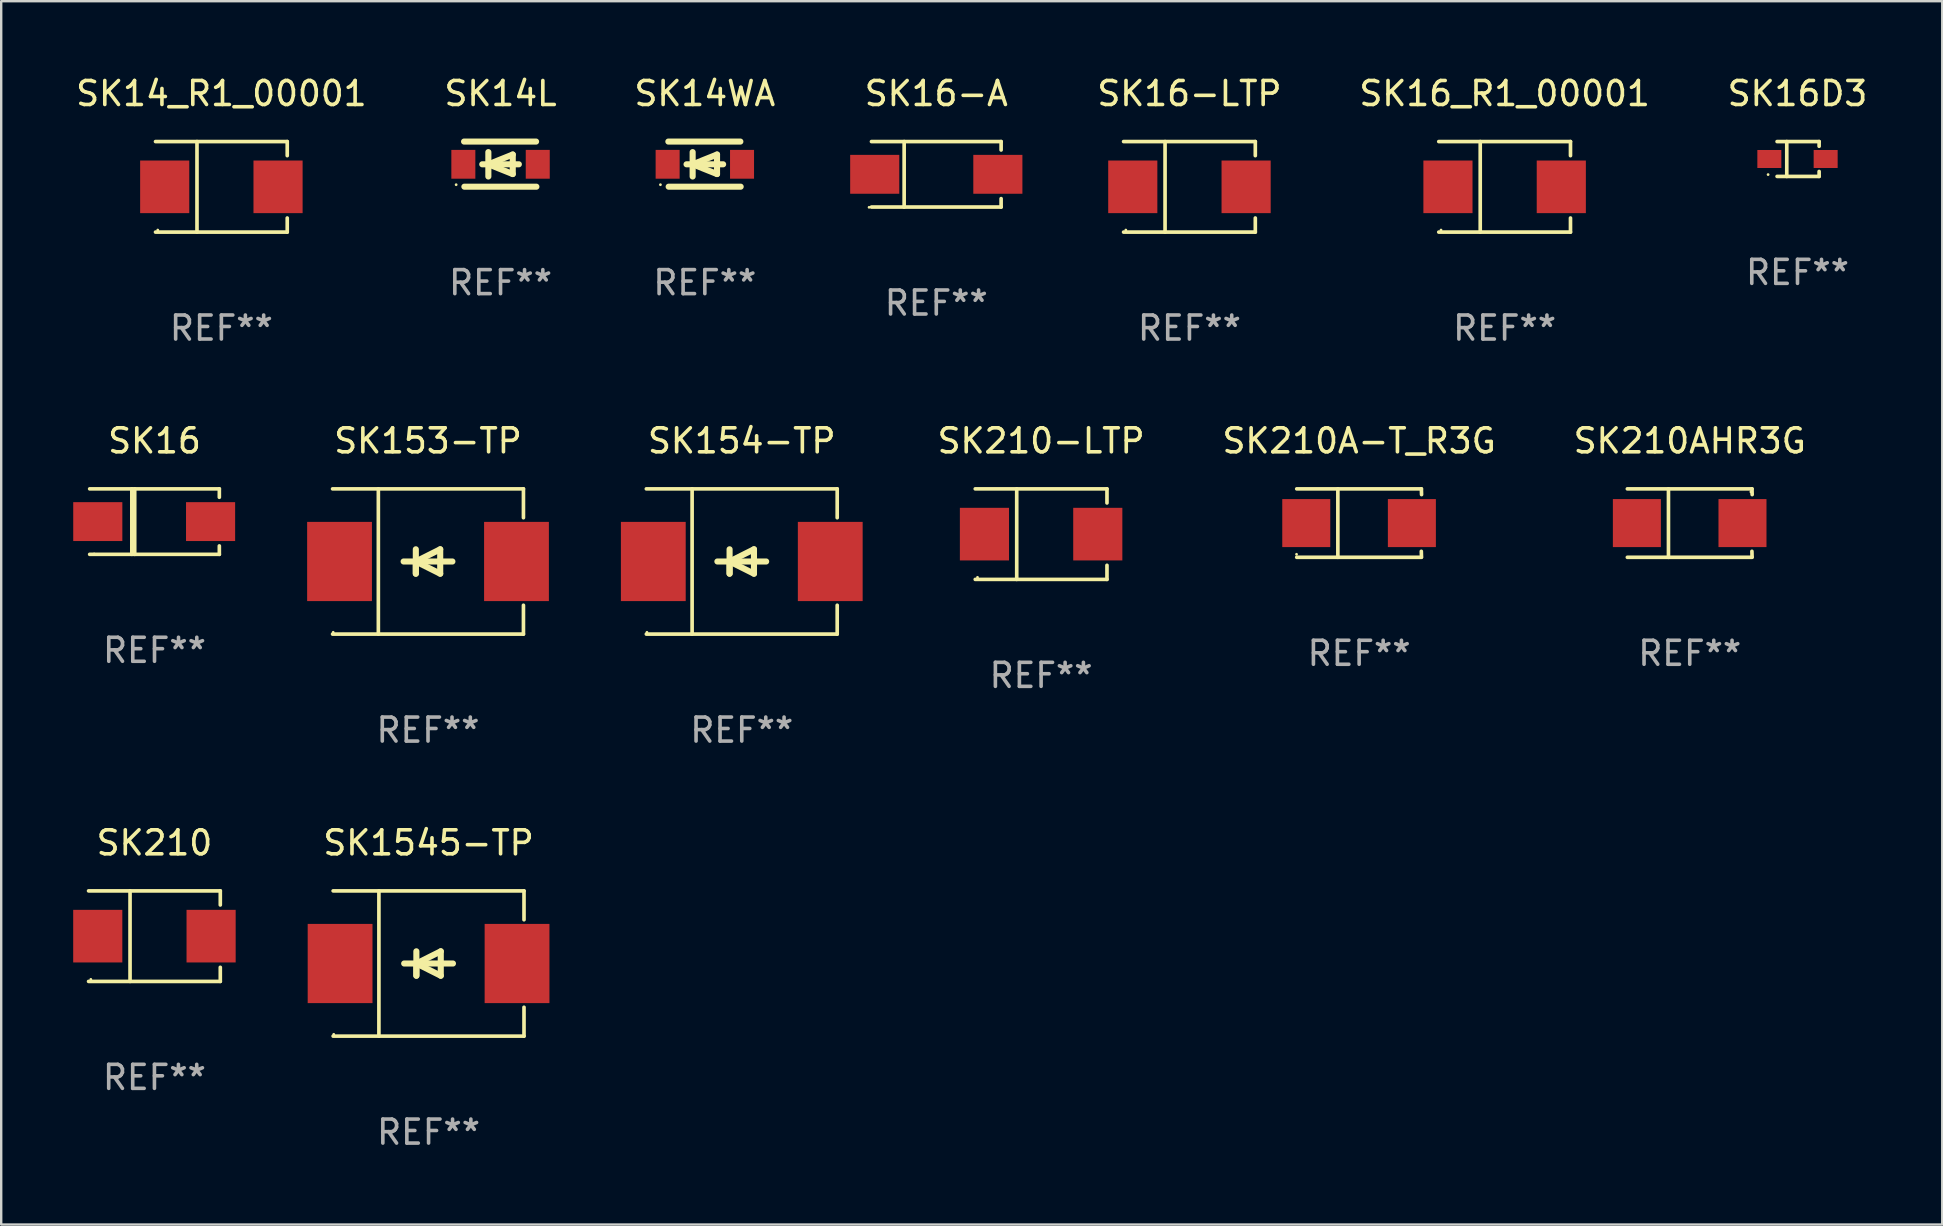
<source format=kicad_pcb>
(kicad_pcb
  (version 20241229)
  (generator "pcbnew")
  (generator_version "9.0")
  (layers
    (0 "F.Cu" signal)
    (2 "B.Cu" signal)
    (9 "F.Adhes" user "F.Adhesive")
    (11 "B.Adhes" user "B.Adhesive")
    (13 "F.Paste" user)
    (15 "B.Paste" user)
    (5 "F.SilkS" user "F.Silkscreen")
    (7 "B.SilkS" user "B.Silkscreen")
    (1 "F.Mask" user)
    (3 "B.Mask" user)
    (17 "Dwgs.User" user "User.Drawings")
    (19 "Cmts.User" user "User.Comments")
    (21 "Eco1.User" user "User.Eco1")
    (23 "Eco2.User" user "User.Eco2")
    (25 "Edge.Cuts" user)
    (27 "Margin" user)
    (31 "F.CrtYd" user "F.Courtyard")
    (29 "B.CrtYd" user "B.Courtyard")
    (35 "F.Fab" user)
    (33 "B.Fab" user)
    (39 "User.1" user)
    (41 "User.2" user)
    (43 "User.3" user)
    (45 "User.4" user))
  (footprint "SK210"
    (layer "F.Cu")
    (at 3.384 35.952)
    (property "Reference" "SK210" (at 0 -3.886 0) (layer "F.SilkS") (effects (font (size 1 1) (thickness 0.15))))
    (attr through_hole)
    (fp_line (start -2.744 -1.886) (end 2.744 -1.886) (stroke (width 0.152) (type solid)) (layer "F.SilkS"))
    (fp_line (start -2.744 1.886) (end 2.744 1.886) (stroke (width 0.152) (type solid)) (layer "F.SilkS"))
    (fp_line (start -1.016 -1.886) (end -1.016 1.886) (stroke (width 0.152) (type solid)) (layer "F.SilkS"))
    (fp_line (start 2.744 -1.886) (end 2.744 -1.299) (stroke (width 0.152) (type solid)) (layer "F.SilkS"))
    (fp_line (start 2.744 1.886) (end 2.744 1.299) (stroke (width 0.152) (type solid)) (layer "F.SilkS"))
    (fp_circle (center -2.65 1.8) (end -2.62 1.8) (stroke (width 0.06) (type solid)) (fill no) (layer "F.SilkS"))
    (fp_text user "REF**" (at 0 5.886 0) (layer "F.Fab") (effects (font (size 1 1) (thickness 0.15))))
    (pad "1" smd rect (at -2.361 0) (size 2.047 2.192) (layers "F.Cu" "F.Mask" "F.Paste"))
    (pad "2" smd rect (at 2.361 0) (size 2.047 2.192) (layers "F.Cu" "F.Mask" "F.Paste")))
  (footprint "SK210AHR3G"
    (layer "F.Cu")
    (at 67.349 18.743)
    (property "Reference" "SK210AHR3G" (at 0 -3.426 0) (layer "F.SilkS") (effects (font (size 1 1) (thickness 0.15))))
    (attr through_hole)
    (fp_line (start -2.6 -1.426) (end 2.593 -1.426) (stroke (width 0.152) (type solid)) (layer "F.SilkS"))
    (fp_line (start -2.6 1.426) (end 2.593 1.426) (stroke (width 0.152) (type solid)) (layer "F.SilkS"))
    (fp_line (start -0.887 -1.426) (end -0.887 1.426) (stroke (width 0.152) (type solid)) (layer "F.SilkS"))
    (fp_line (start 2.59 1.176) (end 2.597 1.415) (stroke (width 0.152) (type solid)) (layer "F.SilkS"))
    (fp_line (start 2.593 -1.426) (end 2.6 -1.187) (stroke (width 0.152) (type solid)) (layer "F.SilkS"))
    (fp_circle (center 2.547 -1.3) (end 2.577 -1.3) (stroke (width 0.06) (type solid)) (fill no) (layer "F.SilkS"))
    (fp_text user "REF**" (at 0 5.426 0) (layer "F.Fab") (effects (font (size 1 1) (thickness 0.15))))
    (pad "1" smd rect (at 2.197 -0.000025 180) (size 2 2) (layers "F.Cu" "F.Mask" "F.Paste"))
    (pad "2" smd rect (at -2.203 -0.000025 180) (size 2 2) (layers "F.Cu" "F.Mask" "F.Paste")))
  (footprint "SK16"
    (layer "F.Cu")
    (at 3.387 18.681)
    (property "Reference" "SK16" (at 0 -3.364 0) (layer "F.SilkS") (effects (font (size 1 1) (thickness 0.15))))
    (attr through_hole)
    (fp_line (start -2.701 -1.364) (end 2.701 -1.364) (stroke (width 0.152) (type solid)) (layer "F.SilkS"))
    (fp_line (start -2.701 1.364) (end 2.701 1.364) (stroke (width 0.152) (type solid)) (layer "F.SilkS"))
    (fp_line (start -0.945 1.364) (end -0.945 -1.364) (stroke (width 0.152) (type solid)) (layer "F.SilkS"))
    (fp_line (start -0.825 -1.364) (end -0.825 1.364) (stroke (width 0.152) (type solid)) (layer "F.SilkS"))
    (fp_line (start 2.701 -1.364) (end 2.701 -1.013) (stroke (width 0.152) (type solid)) (layer "F.SilkS"))
    (fp_line (start 2.701 1.364) (end 2.701 1.013) (stroke (width 0.152) (type solid)) (layer "F.SilkS"))
    (fp_circle (center -2.515 1.35) (end -2.485 1.35) (stroke (width 0.06) (type solid)) (fill no) (layer "F.SilkS"))
    (fp_text user "REF**" (at 0 5.364 0) (layer "F.Fab") (effects (font (size 1 1) (thickness 0.15))))
    (pad "1" smd rect (at -2.363 0.000025) (size 2.046 1.62) (layers "F.Cu" "F.Mask" "F.Paste"))
    (pad "2" smd rect (at 2.336 0.000025) (size 2.046 1.62) (layers "F.Cu" "F.Mask" "F.Paste")))
  (footprint "SK154-TP"
    (layer "F.Cu")
    (at 27.854 20.343)
    (property "Reference" "SK154-TP" (at 0 -5.026 0) (layer "F.SilkS") (effects (font (size 1 1) (thickness 0.15))))
    (attr through_hole)
    (fp_line (start -3.976 -3.026) (end 3.976 -3.026) (stroke (width 0.152) (type solid)) (layer "F.SilkS"))
    (fp_line (start -3.976 3.026) (end 3.976 3.026) (stroke (width 0.152) (type solid)) (layer "F.SilkS"))
    (fp_line (start -2.069 -3.026) (end -2.069 3.026) (stroke (width 0.152) (type solid)) (layer "F.SilkS"))
    (fp_line (start -0.508 0) (end -0.508 0.508) (stroke (width 0.254) (type solid)) (layer "F.SilkS"))
    (fp_line (start -0.508 0) (end 0.508 0.508) (stroke (width 0.254) (type solid)) (layer "F.SilkS"))
    (fp_line (start -0.508 0.508) (end -0.508 -0.508) (stroke (width 0.254) (type solid)) (layer "F.SilkS"))
    (fp_line (start 0.508 -0.508) (end -0.508 0) (stroke (width 0.254) (type solid)) (layer "F.SilkS"))
    (fp_line (start 0.508 0.508) (end 0.508 -0.508) (stroke (width 0.254) (type solid)) (layer "F.SilkS"))
    (fp_line (start 1.016 0) (end -1.016 0) (stroke (width 0.254) (type solid)) (layer "F.SilkS"))
    (fp_line (start 3.976 -3.026) (end 3.976 -1.823) (stroke (width 0.152) (type solid)) (layer "F.SilkS"))
    (fp_line (start 3.976 3.026) (end 3.976 1.823) (stroke (width 0.152) (type solid)) (layer "F.SilkS"))
    (fp_circle (center -3.95 2.95) (end -3.92 2.95) (stroke (width 0.06) (type solid)) (fill no) (layer "F.SilkS"))
    (fp_text user "REF**" (at 0 7.026 0) (layer "F.Fab") (effects (font (size 1 1) (thickness 0.15))))
    (pad "1" smd rect (at -3.686 0) (size 2.7 3.3) (layers "F.Cu" "F.Mask" "F.Paste"))
    (pad "2" smd rect (at 3.686 0) (size 2.7 3.3) (layers "F.Cu" "F.Mask" "F.Paste")))
  (footprint "SK14L"
    (layer "F.Cu")
    (at 17.804 3.788)
    (property "Reference" "SK14L" (at 0 -2.94 0) (layer "F.SilkS") (effects (font (size 1 1) (thickness 0.15))))
    (attr through_hole)
    (fp_line (start -1.52 -0.94) (end 1.48 -0.94) (stroke (width 0.254) (type solid)) (layer "F.SilkS"))
    (fp_line (start -1.507 0.94) (end 1.493 0.94) (stroke (width 0.254) (type solid)) (layer "F.SilkS"))
    (fp_line (start -0.762 0.007) (end 0.762 0.007) (stroke (width 0.254) (type solid)) (layer "F.SilkS"))
    (fp_line (start -0.508 -0.501) (end -0.508 0.515) (stroke (width 0.254) (type solid)) (layer "F.SilkS"))
    (fp_line (start -0.508 0.007) (end 0.508 -0.4) (stroke (width 0.254) (type solid)) (layer "F.SilkS"))
    (fp_line (start 0.508 -0.4) (end 0.508 0.413) (stroke (width 0.254) (type solid)) (layer "F.SilkS"))
    (fp_line (start 0.508 0.413) (end -0.508 0.007) (stroke (width 0.254) (type solid)) (layer "F.SilkS"))
    (fp_circle (center -1.85 0.857) (end -1.82 0.857) (stroke (width 0.06) (type solid)) (fill no) (layer "F.SilkS"))
    (fp_text user "REF**" (at 0 4.94 0) (layer "F.Fab") (effects (font (size 1 1) (thickness 0.15))))
    (pad "1" smd rect (at -1.55 0.007) (size 1 1.2) (layers "F.Cu" "F.Mask" "F.Paste"))
    (pad "2" smd rect (at 1.55 0.007) (size 1 1.2) (layers "F.Cu" "F.Mask" "F.Paste")))
  (footprint "SK16D3"
    (layer "F.Cu")
    (at 71.838 3.574)
    (property "Reference" "SK16D3" (at 0 -2.726 0) (layer "F.SilkS") (effects (font (size 1 1) (thickness 0.15))))
    (attr through_hole)
    (fp_line (start -0.851 -0.726) (end 0.901 -0.726) (stroke (width 0.152) (type solid)) (layer "F.SilkS"))
    (fp_line (start -0.851 0.726) (end 0.901 0.726) (stroke (width 0.152) (type solid)) (layer "F.SilkS"))
    (fp_line (start -0.447 -0.726) (end -0.447 0.726) (stroke (width 0.152) (type solid)) (layer "F.SilkS"))
    (fp_line (start 0.901 -0.726) (end 0.901 -0.53) (stroke (width 0.152) (type solid)) (layer "F.SilkS"))
    (fp_line (start 0.901 0.726) (end 0.901 0.52) (stroke (width 0.152) (type solid)) (layer "F.SilkS"))
    (fp_circle (center -1.225 0.65) (end -1.195 0.65) (stroke (width 0.06) (type solid)) (fill no) (layer "F.SilkS"))
    (fp_text user "REF**" (at 0 4.726 0) (layer "F.Fab") (effects (font (size 1 1) (thickness 0.15))))
    (pad "1" smd rect (at -1.173 0) (size 1 0.75) (layers "F.Cu" "F.Mask" "F.Paste"))
    (pad "2" smd rect (at 1.173 0) (size 1 0.75) (layers "F.Cu" "F.Mask" "F.Paste")))
  (footprint "SK14_R1_00001"
    (layer "F.Cu")
    (at 6.173 4.734)
    (property "Reference" "SK14_R1_00001" (at 0 -3.886 0) (layer "F.SilkS") (effects (font (size 1 1) (thickness 0.15))))
    (attr through_hole)
    (fp_line (start -2.744 -1.886) (end 2.744 -1.886) (stroke (width 0.152) (type solid)) (layer "F.SilkS"))
    (fp_line (start -2.744 1.886) (end 2.744 1.886) (stroke (width 0.152) (type solid)) (layer "F.SilkS"))
    (fp_line (start -1.016 -1.886) (end -1.016 1.886) (stroke (width 0.152) (type solid)) (layer "F.SilkS"))
    (fp_line (start 2.744 -1.886) (end 2.744 -1.299) (stroke (width 0.152) (type solid)) (layer "F.SilkS"))
    (fp_line (start 2.744 1.886) (end 2.744 1.299) (stroke (width 0.152) (type solid)) (layer "F.SilkS"))
    (fp_circle (center -2.65 1.8) (end -2.62 1.8) (stroke (width 0.06) (type solid)) (fill no) (layer "F.SilkS"))
    (fp_text user "REF**" (at 0 5.886 0) (layer "F.Fab") (effects (font (size 1 1) (thickness 0.15))))
    (pad "1" smd rect (at -2.361 0) (size 2.047 2.192) (layers "F.Cu" "F.Mask" "F.Paste"))
    (pad "2" smd rect (at 2.361 0) (size 2.047 2.192) (layers "F.Cu" "F.Mask" "F.Paste")))
  (footprint "SK210-LTP"
    (layer "F.Cu")
    (at 40.325 19.203)
    (property "Reference" "SK210-LTP" (at 0 -3.886 0) (layer "F.SilkS") (effects (font (size 1 1) (thickness 0.15))))
    (attr through_hole)
    (fp_line (start -2.744 -1.886) (end 2.744 -1.886) (stroke (width 0.152) (type solid)) (layer "F.SilkS"))
    (fp_line (start -2.744 1.886) (end 2.744 1.886) (stroke (width 0.152) (type solid)) (layer "F.SilkS"))
    (fp_line (start -1.016 -1.886) (end -1.016 1.886) (stroke (width 0.152) (type solid)) (layer "F.SilkS"))
    (fp_line (start 2.744 -1.886) (end 2.744 -1.299) (stroke (width 0.152) (type solid)) (layer "F.SilkS"))
    (fp_line (start 2.744 1.886) (end 2.744 1.299) (stroke (width 0.152) (type solid)) (layer "F.SilkS"))
    (fp_circle (center -2.65 1.8) (end -2.62 1.8) (stroke (width 0.06) (type solid)) (fill no) (layer "F.SilkS"))
    (fp_text user "REF**" (at 0 5.886 0) (layer "F.Fab") (effects (font (size 1 1) (thickness 0.15))))
    (pad "1" smd rect (at -2.361 0) (size 2.047 2.192) (layers "F.Cu" "F.Mask" "F.Paste"))
    (pad "2" smd rect (at 2.361 0) (size 2.047 2.192) (layers "F.Cu" "F.Mask" "F.Paste")))
  (footprint "SK16_R1_00001"
    (layer "F.Cu")
    (at 59.636 4.734)
    (property "Reference" "SK16_R1_00001" (at 0 -3.886 0) (layer "F.SilkS") (effects (font (size 1 1) (thickness 0.15))))
    (attr through_hole)
    (fp_line (start -2.744 -1.886) (end 2.744 -1.886) (stroke (width 0.152) (type solid)) (layer "F.SilkS"))
    (fp_line (start -2.744 1.886) (end 2.744 1.886) (stroke (width 0.152) (type solid)) (layer "F.SilkS"))
    (fp_line (start -1.016 -1.886) (end -1.016 1.886) (stroke (width 0.152) (type solid)) (layer "F.SilkS"))
    (fp_line (start 2.744 -1.886) (end 2.744 -1.299) (stroke (width 0.152) (type solid)) (layer "F.SilkS"))
    (fp_line (start 2.744 1.886) (end 2.744 1.299) (stroke (width 0.152) (type solid)) (layer "F.SilkS"))
    (fp_circle (center -2.65 1.8) (end -2.62 1.8) (stroke (width 0.06) (type solid)) (fill no) (layer "F.SilkS"))
    (fp_text user "REF**" (at 0 5.886 0) (layer "F.Fab") (effects (font (size 1 1) (thickness 0.15))))
    (pad "1" smd rect (at -2.361 0) (size 2.047 2.192) (layers "F.Cu" "F.Mask" "F.Paste"))
    (pad "2" smd rect (at 2.361 0) (size 2.047 2.192) (layers "F.Cu" "F.Mask" "F.Paste")))
  (footprint "SK16-A"
    (layer "F.Cu")
    (at 35.958 4.212)
    (property "Reference" "SK16-A" (at 0 -3.364 0) (layer "F.SilkS") (effects (font (size 1 1) (thickness 0.15))))
    (attr through_hole)
    (fp_line (start -2.701 -1.364) (end 2.701 -1.364) (stroke (width 0.152) (type solid)) (layer "F.SilkS"))
    (fp_line (start -2.701 1.364) (end 2.701 1.364) (stroke (width 0.152) (type solid)) (layer "F.SilkS"))
    (fp_line (start -1.339 -1.364) (end -1.339 1.364) (stroke (width 0.152) (type solid)) (layer "F.SilkS"))
    (fp_line (start 2.701 -1.364) (end 2.701 -1.013) (stroke (width 0.152) (type solid)) (layer "F.SilkS"))
    (fp_line (start 2.701 1.364) (end 2.701 1.013) (stroke (width 0.152) (type solid)) (layer "F.SilkS"))
    (fp_circle (center -2.8 1.375) (end -2.77 1.375) (stroke (width 0.06) (type solid)) (fill no) (layer "F.SilkS"))
    (fp_text user "REF**" (at 0 5.364 0) (layer "F.Fab") (effects (font (size 1 1) (thickness 0.15))))
    (pad "1" smd rect (at -2.565 -0.000025) (size 2.046 1.62) (layers "F.Cu" "F.Mask" "F.Paste"))
    (pad "2" smd rect (at 2.565 -0.000025) (size 2.046 1.62) (layers "F.Cu" "F.Mask" "F.Paste")))
  (footprint "SK153-TP"
    (layer "F.Cu")
    (at 14.782 20.343)
    (property "Reference" "SK153-TP" (at 0 -5.026 0) (layer "F.SilkS") (effects (font (size 1 1) (thickness 0.15))))
    (attr through_hole)
    (fp_line (start -3.976 -3.026) (end 3.976 -3.026) (stroke (width 0.152) (type solid)) (layer "F.SilkS"))
    (fp_line (start -3.976 3.026) (end 3.976 3.026) (stroke (width 0.152) (type solid)) (layer "F.SilkS"))
    (fp_line (start -2.069 -3.026) (end -2.069 3.026) (stroke (width 0.152) (type solid)) (layer "F.SilkS"))
    (fp_line (start -0.508 0) (end -0.508 0.508) (stroke (width 0.254) (type solid)) (layer "F.SilkS"))
    (fp_line (start -0.508 0) (end 0.508 0.508) (stroke (width 0.254) (type solid)) (layer "F.SilkS"))
    (fp_line (start -0.508 0.508) (end -0.508 -0.508) (stroke (width 0.254) (type solid)) (layer "F.SilkS"))
    (fp_line (start 0.508 -0.508) (end -0.508 0) (stroke (width 0.254) (type solid)) (layer "F.SilkS"))
    (fp_line (start 0.508 0.508) (end 0.508 -0.508) (stroke (width 0.254) (type solid)) (layer "F.SilkS"))
    (fp_line (start 1.016 0) (end -1.016 0) (stroke (width 0.254) (type solid)) (layer "F.SilkS"))
    (fp_line (start 3.976 -3.026) (end 3.976 -1.823) (stroke (width 0.152) (type solid)) (layer "F.SilkS"))
    (fp_line (start 3.976 3.026) (end 3.976 1.823) (stroke (width 0.152) (type solid)) (layer "F.SilkS"))
    (fp_circle (center -3.95 2.95) (end -3.92 2.95) (stroke (width 0.06) (type solid)) (fill no) (layer "F.SilkS"))
    (fp_text user "REF**" (at 0 7.026 0) (layer "F.Fab") (effects (font (size 1 1) (thickness 0.15))))
    (pad "1" smd rect (at -3.686 0) (size 2.7 3.3) (layers "F.Cu" "F.Mask" "F.Paste"))
    (pad "2" smd rect (at 3.686 0) (size 2.7 3.3) (layers "F.Cu" "F.Mask" "F.Paste")))
  (footprint "SK16-LTP"
    (layer "F.Cu")
    (at 46.505 4.734)
    (property "Reference" "SK16-LTP" (at 0 -3.886 0) (layer "F.SilkS") (effects (font (size 1 1) (thickness 0.15))))
    (attr through_hole)
    (fp_line (start -2.744 -1.886) (end 2.744 -1.886) (stroke (width 0.152) (type solid)) (layer "F.SilkS"))
    (fp_line (start -2.744 1.886) (end 2.744 1.886) (stroke (width 0.152) (type solid)) (layer "F.SilkS"))
    (fp_line (start -1.016 -1.886) (end -1.016 1.886) (stroke (width 0.152) (type solid)) (layer "F.SilkS"))
    (fp_line (start 2.744 -1.886) (end 2.744 -1.299) (stroke (width 0.152) (type solid)) (layer "F.SilkS"))
    (fp_line (start 2.744 1.886) (end 2.744 1.299) (stroke (width 0.152) (type solid)) (layer "F.SilkS"))
    (fp_circle (center -2.65 1.8) (end -2.62 1.8) (stroke (width 0.06) (type solid)) (fill no) (layer "F.SilkS"))
    (fp_text user "REF**" (at 0 5.886 0) (layer "F.Fab") (effects (font (size 1 1) (thickness 0.15))))
    (pad "1" smd rect (at -2.361 0) (size 2.047 2.192) (layers "F.Cu" "F.Mask" "F.Paste"))
    (pad "2" smd rect (at 2.361 0) (size 2.047 2.192) (layers "F.Cu" "F.Mask" "F.Paste")))
  (footprint "SK210A-T_R3G"
    (layer "F.Cu")
    (at 53.575 18.743)
    (property "Reference" "SK210A-T_R3G" (at 0 -3.426 0) (layer "F.SilkS") (effects (font (size 1 1) (thickness 0.15))))
    (attr through_hole)
    (fp_line (start -2.6 -1.426) (end 2.593 -1.426) (stroke (width 0.152) (type solid)) (layer "F.SilkS"))
    (fp_line (start -2.6 1.426) (end 2.593 1.426) (stroke (width 0.152) (type solid)) (layer "F.SilkS"))
    (fp_line (start -0.887 -1.426) (end -0.887 1.426) (stroke (width 0.152) (type solid)) (layer "F.SilkS"))
    (fp_line (start 2.59 1.176) (end 2.597 1.415) (stroke (width 0.152) (type solid)) (layer "F.SilkS"))
    (fp_line (start 2.593 -1.426) (end 2.6 -1.187) (stroke (width 0.152) (type solid)) (layer "F.SilkS"))
    (fp_circle (center -2.608 1.3) (end -2.578 1.3) (stroke (width 0.06) (type solid)) (fill no) (layer "F.SilkS"))
    (fp_text user "REF**" (at 0 5.426 0) (layer "F.Fab") (effects (font (size 1 1) (thickness 0.15))))
    (pad "1" smd rect (at -2.203 0 180) (size 2 2) (layers "F.Cu" "F.Mask" "F.Paste"))
    (pad "2" smd rect (at 2.197 0 180) (size 2 2) (layers "F.Cu" "F.Mask" "F.Paste")))
  (footprint "SK1545-TP"
    (layer "F.Cu")
    (at 14.805 37.092)
    (property "Reference" "SK1545-TP" (at 0 -5.026 0) (layer "F.SilkS") (effects (font (size 1 1) (thickness 0.15))))
    (attr through_hole)
    (fp_line (start -3.976 -3.026) (end 3.976 -3.026) (stroke (width 0.152) (type solid)) (layer "F.SilkS"))
    (fp_line (start -3.976 3.026) (end 3.976 3.026) (stroke (width 0.152) (type solid)) (layer "F.SilkS"))
    (fp_line (start -2.069 -3.026) (end -2.069 3.026) (stroke (width 0.152) (type solid)) (layer "F.SilkS"))
    (fp_line (start -0.508 0) (end -0.508 0.508) (stroke (width 0.254) (type solid)) (layer "F.SilkS"))
    (fp_line (start -0.508 0) (end 0.508 0.508) (stroke (width 0.254) (type solid)) (layer "F.SilkS"))
    (fp_line (start -0.508 0.508) (end -0.508 -0.508) (stroke (width 0.254) (type solid)) (layer "F.SilkS"))
    (fp_line (start 0.508 -0.508) (end -0.508 0) (stroke (width 0.254) (type solid)) (layer "F.SilkS"))
    (fp_line (start 0.508 0.508) (end 0.508 -0.508) (stroke (width 0.254) (type solid)) (layer "F.SilkS"))
    (fp_line (start 1.016 0) (end -1.016 0) (stroke (width 0.254) (type solid)) (layer "F.SilkS"))
    (fp_line (start 3.976 -3.026) (end 3.976 -1.823) (stroke (width 0.152) (type solid)) (layer "F.SilkS"))
    (fp_line (start 3.976 3.026) (end 3.976 1.823) (stroke (width 0.152) (type solid)) (layer "F.SilkS"))
    (fp_circle (center -3.95 2.95) (end -3.92 2.95) (stroke (width 0.06) (type solid)) (fill no) (layer "F.SilkS"))
    (fp_text user "REF**" (at 0 7.026 0) (layer "F.Fab") (effects (font (size 1 1) (thickness 0.15))))
    (pad "1" smd rect (at -3.686 0) (size 2.7 3.3) (layers "F.Cu" "F.Mask" "F.Paste"))
    (pad "2" smd rect (at 3.686 0) (size 2.7 3.3) (layers "F.Cu" "F.Mask" "F.Paste")))
  (footprint "SK14WA"
    (layer "F.Cu")
    (at 26.315 3.788)
    (property "Reference" "SK14WA" (at 0 -2.94 0) (layer "F.SilkS") (effects (font (size 1 1) (thickness 0.15))))
    (attr through_hole)
    (fp_line (start -1.52 -0.94) (end 1.48 -0.94) (stroke (width 0.254) (type solid)) (layer "F.SilkS"))
    (fp_line (start -1.507 0.94) (end 1.493 0.94) (stroke (width 0.254) (type solid)) (layer "F.SilkS"))
    (fp_line (start -0.762 0.007) (end 0.762 0.007) (stroke (width 0.254) (type solid)) (layer "F.SilkS"))
    (fp_line (start -0.508 -0.501) (end -0.508 0.515) (stroke (width 0.254) (type solid)) (layer "F.SilkS"))
    (fp_line (start -0.508 0.007) (end 0.508 -0.4) (stroke (width 0.254) (type solid)) (layer "F.SilkS"))
    (fp_line (start 0.508 -0.4) (end 0.508 0.413) (stroke (width 0.254) (type solid)) (layer "F.SilkS"))
    (fp_line (start 0.508 0.413) (end -0.508 0.007) (stroke (width 0.254) (type solid)) (layer "F.SilkS"))
    (fp_circle (center -1.85 0.857) (end -1.82 0.857) (stroke (width 0.06) (type solid)) (fill no) (layer "F.SilkS"))
    (fp_text user "REF**" (at 0 4.94 0) (layer "F.Fab") (effects (font (size 1 1) (thickness 0.15))))
    (pad "1" smd rect (at -1.55 0.007) (size 1 1.2) (layers "F.Cu" "F.Mask" "F.Paste"))
    (pad "2" smd rect (at 1.55 0.007) (size 1 1.2) (layers "F.Cu" "F.Mask" "F.Paste")))
  (gr_rect
    (start -3 -3)
    (end 77.868 47.967)
    (stroke (width 0.1) (type default))
    (fill no)
    (layer "Edge.Cuts")))
</source>
